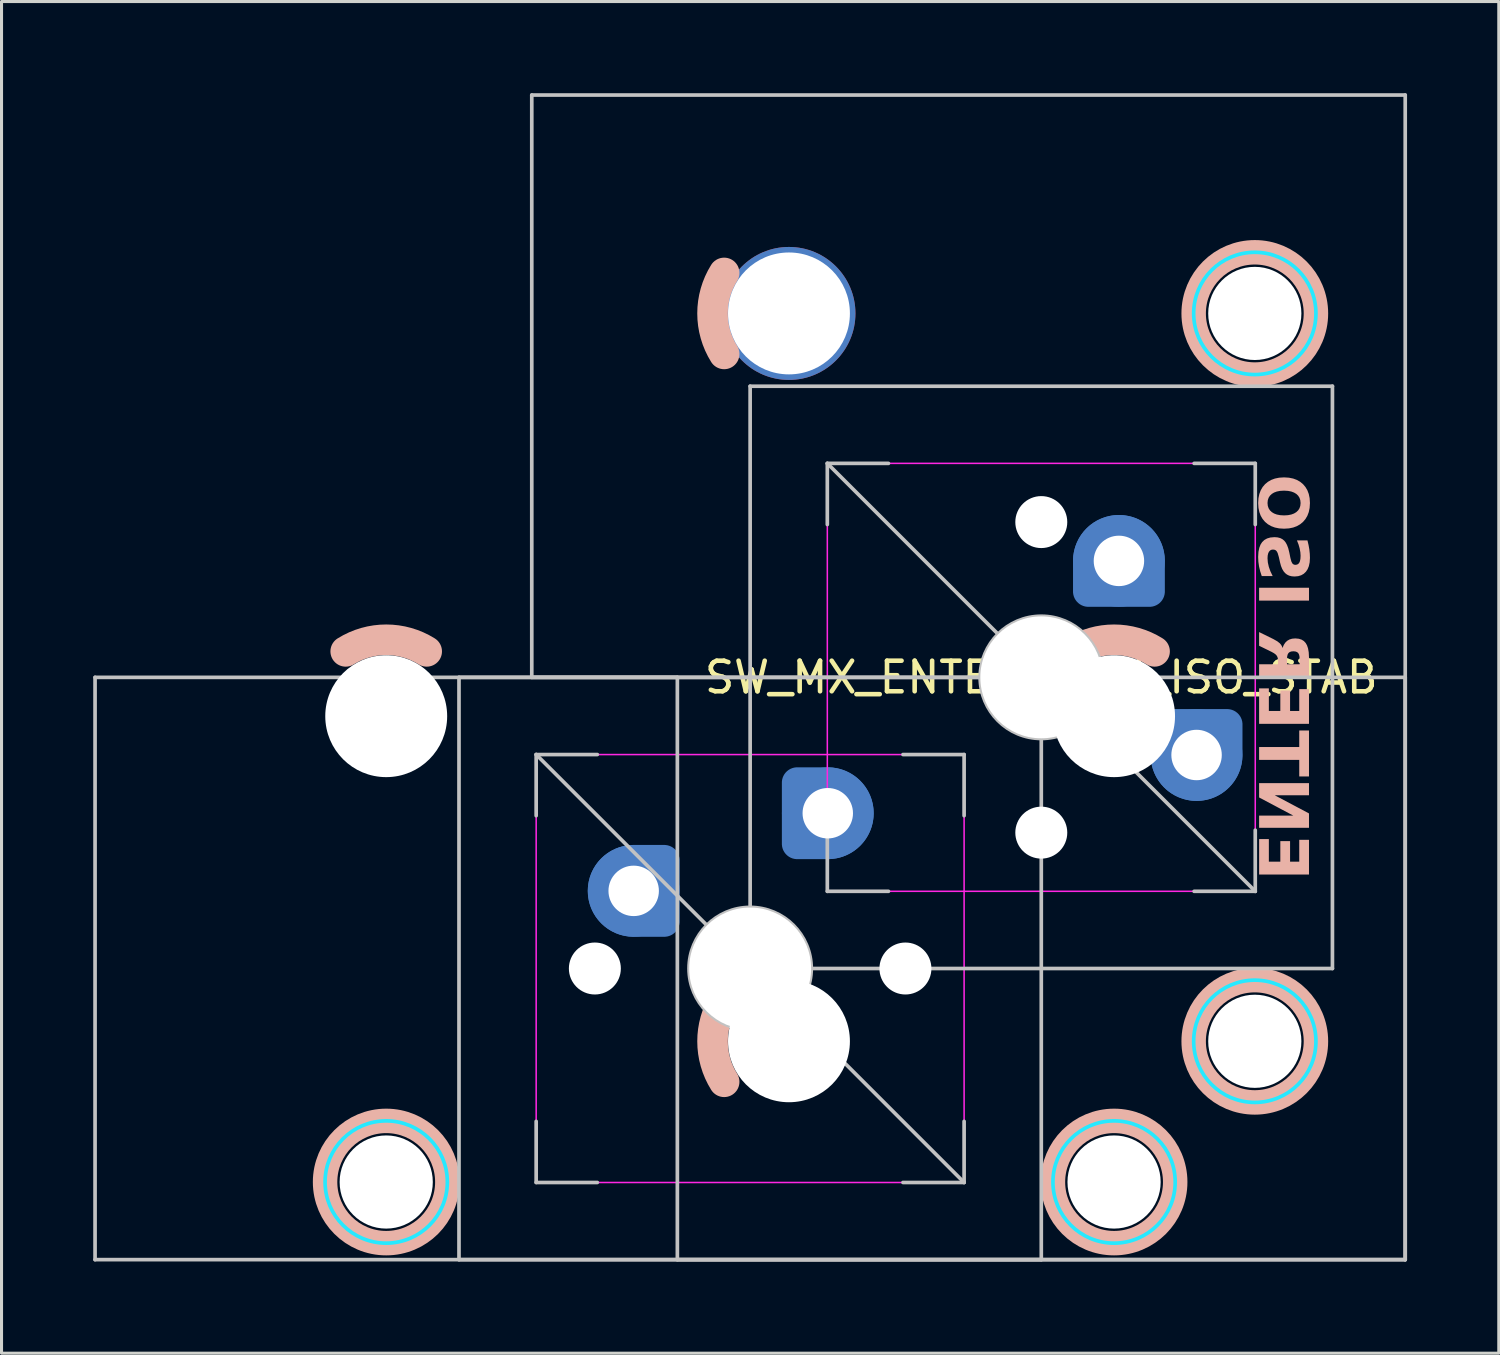
<source format=kicad_pcb>
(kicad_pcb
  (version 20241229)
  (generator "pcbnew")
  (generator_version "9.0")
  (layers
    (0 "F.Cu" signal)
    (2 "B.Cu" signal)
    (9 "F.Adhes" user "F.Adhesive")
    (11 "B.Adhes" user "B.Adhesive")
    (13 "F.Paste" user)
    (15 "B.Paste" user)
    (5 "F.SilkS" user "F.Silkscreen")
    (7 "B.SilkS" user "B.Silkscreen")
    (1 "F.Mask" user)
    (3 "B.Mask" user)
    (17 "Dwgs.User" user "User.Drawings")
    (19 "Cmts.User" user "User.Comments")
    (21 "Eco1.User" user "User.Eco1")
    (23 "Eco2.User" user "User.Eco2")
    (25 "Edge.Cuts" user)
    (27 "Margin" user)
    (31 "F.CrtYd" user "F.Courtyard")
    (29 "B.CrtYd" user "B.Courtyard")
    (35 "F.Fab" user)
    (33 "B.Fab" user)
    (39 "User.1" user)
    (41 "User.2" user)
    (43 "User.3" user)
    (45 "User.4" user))
  (footprint "SW_MX_ENTER_ANSI_ISO_STAB"
    (layer "F.Cu")
    (at 21.491 28.635)
    (property "Reference" "SW_MX_ENTER_ANSI_ISO_STAB" (at 9.525 -9.525 0) (layer "F.SilkS") (effects (font (size 1 1) (thickness 0.15))))
    (attr through_hole exclude_from_pos_files exclude_from_bom)
    (fp_arc (start -13.231248 -10.374995) (mid -11.90625 -10.755) (end -10.581252 -10.374995) (stroke (width 1) (type default)) (layer "B.SilkS"))
    (fp_arc (start -0.849995 -20.106252) (mid -1.23 -21.43125) (end -0.849995 -22.756248) (stroke (width 1) (type default)) (layer "B.SilkS"))
    (fp_arc (start -0.849995 3.706248) (mid -1.23 2.38125) (end -0.849995 1.056252) (stroke (width 1) (type default)) (layer "B.SilkS"))
    (fp_arc (start 10.581252 -10.374995) (mid 11.90625 -10.755) (end 13.231248 -10.374995) (stroke (width 1) (type default)) (layer "B.SilkS"))
    (fp_circle (center -11.906 6.985) (end -9.906 6.985) (stroke (width 0.8) (type solid)) (fill no) (layer "B.SilkS"))
    (fp_circle (center 11.906 6.985) (end 13.906 6.985) (stroke (width 0.8) (type solid)) (fill no) (layer "B.SilkS"))
    (fp_circle (center 16.51 -21.431) (end 16.51 -23.431) (stroke (width 0.8) (type solid)) (fill no) (layer "B.SilkS"))
    (fp_circle (center 16.51 2.381) (end 16.51 0.381) (stroke (width 0.8) (type solid)) (fill no) (layer "B.SilkS"))
    (fp_line (start -21.431 9.525) (end -21.431 -9.525) (stroke (width 0.12) (type solid)) (layer "Dwgs.User"))
    (fp_line (start -9.525 -9.525) (end -9.525 9.525) (stroke (width 0.12) (type solid)) (layer "Dwgs.User"))
    (fp_line (start -9.525 9.525) (end 9.525 9.525) (stroke (width 0.12) (type solid)) (layer "Dwgs.User"))
    (fp_line (start -7.144 -28.575) (end -7.144 -9.525) (stroke (width 0.12) (type solid)) (layer "Dwgs.User"))
    (fp_line (start -7.144 -9.525) (end -2.381 -9.525) (stroke (width 0.12) (type solid)) (layer "Dwgs.User"))
    (fp_line (start -7 -7) (end -7 -5) (stroke (width 0.12) (type solid)) (layer "Dwgs.User"))
    (fp_line (start -7 7) (end -7 5) (stroke (width 0.12) (type solid)) (layer "Dwgs.User"))
    (fp_line (start -5 -7) (end -7 -7) (stroke (width 0.12) (type solid)) (layer "Dwgs.User"))
    (fp_line (start -5 7) (end -7 7) (stroke (width 0.12) (type solid)) (layer "Dwgs.User"))
    (fp_line (start -2.381 -9.525) (end -2.381 9.525) (stroke (width 0.12) (type solid)) (layer "Dwgs.User"))
    (fp_line (start -2.381 9.525) (end 21.431 9.525) (stroke (width 0.12) (type solid)) (layer "Dwgs.User"))
    (fp_line (start 0 -19.05) (end 0 0) (stroke (width 0.12) (type solid)) (layer "Dwgs.User"))
    (fp_line (start 0 0) (end 19.05 0) (stroke (width 0.12) (type solid)) (layer "Dwgs.User"))
    (fp_line (start 2.525 -16.525) (end 4.525 -16.525) (stroke (width 0.12) (type solid)) (layer "Dwgs.User"))
    (fp_line (start 2.525 -16.525) (end 16.525 -2.525) (stroke (width 0.12) (type solid)) (layer "Dwgs.User"))
    (fp_line (start 2.525 -14.525) (end 2.525 -16.525) (stroke (width 0.12) (type solid)) (layer "Dwgs.User"))
    (fp_line (start 2.525 -2.525) (end 2.525 -4.525) (stroke (width 0.12) (type solid)) (layer "Dwgs.User"))
    (fp_line (start 4.525 -2.525) (end 2.525 -2.525) (stroke (width 0.12) (type solid)) (layer "Dwgs.User"))
    (fp_line (start 5 -7) (end 7 -7) (stroke (width 0.12) (type solid)) (layer "Dwgs.User"))
    (fp_line (start 7 -7) (end 7 -5) (stroke (width 0.12) (type solid)) (layer "Dwgs.User"))
    (fp_line (start 7 5) (end 7 7) (stroke (width 0.12) (type solid)) (layer "Dwgs.User"))
    (fp_line (start 7 7) (end -7 -7) (stroke (width 0.12) (type solid)) (layer "Dwgs.User"))
    (fp_line (start 7 7) (end 5 7) (stroke (width 0.12) (type solid)) (layer "Dwgs.User"))
    (fp_line (start 9.525 -9.525) (end -9.525 -9.525) (stroke (width 0.12) (type solid)) (layer "Dwgs.User"))
    (fp_line (start 9.525 9.525) (end 9.525 -9.525) (stroke (width 0.12) (type solid)) (layer "Dwgs.User"))
    (fp_line (start 16.525 -16.525) (end 14.525 -16.525) (stroke (width 0.12) (type solid)) (layer "Dwgs.User"))
    (fp_line (start 16.525 -14.525) (end 16.525 -16.525) (stroke (width 0.12) (type solid)) (layer "Dwgs.User"))
    (fp_line (start 16.525 -4.525) (end 16.525 -2.525) (stroke (width 0.12) (type solid)) (layer "Dwgs.User"))
    (fp_line (start 16.525 -2.525) (end 14.525 -2.525) (stroke (width 0.12) (type solid)) (layer "Dwgs.User"))
    (fp_line (start 19.05 -19.05) (end 0 -19.05) (stroke (width 0.12) (type solid)) (layer "Dwgs.User"))
    (fp_line (start 19.05 0) (end 19.05 -19.05) (stroke (width 0.12) (type solid)) (layer "Dwgs.User"))
    (fp_line (start 21.431 -28.575) (end -7.144 -28.575) (stroke (width 0.12) (type solid)) (layer "Dwgs.User"))
    (fp_line (start 21.431 -9.525) (end -21.431 -9.525) (stroke (width 0.12) (type solid)) (layer "Dwgs.User"))
    (fp_line (start 21.431 9.525) (end -21.431 9.525) (stroke (width 0.12) (type solid)) (layer "Dwgs.User"))
    (fp_line (start 21.431 9.525) (end 21.431 -28.575) (stroke (width 0.12) (type solid)) (layer "Dwgs.User"))
    (fp_line (start 21.431 9.525) (end 21.431 -9.525) (stroke (width 0.12) (type solid)) (layer "Dwgs.User"))
    (fp_circle (center 0 0) (end -2 0) (stroke (width 0.12) (type solid)) (fill no) (layer "Dwgs.User"))
    (fp_circle (center 9.525 -9.525) (end 11.525 -9.525) (stroke (width 0.12) (type solid)) (fill no) (layer "Dwgs.User"))
    (fp_circle (center -3.81 -2.54) (end -3.81 -2.79) (stroke (width 0.1) (type default)) (fill no) (layer "Cmts.User"))
    (fp_circle (center -3.81 -2.54) (end -3.81 -2.79) (stroke (width 0.1) (type default)) (fill no) (layer "Cmts.User"))
    (fp_circle (center 2.54 -5.08) (end 2.54 -5.33) (stroke (width 0.1) (type default)) (fill no) (layer "Cmts.User"))
    (fp_circle (center 12.065 -13.335) (end 12.315 -13.335) (stroke (width 0.1) (type default)) (fill no) (layer "Cmts.User"))
    (fp_circle (center 14.605 -6.985) (end 14.855 -6.985) (stroke (width 0.1) (type default)) (fill no) (layer "Cmts.User"))
    (fp_line (start -15.28 5.5) (end -15.281 -7.5) (stroke (width 0.05) (type solid)) (layer "Eco2.User"))
    (fp_line (start -9.031 -8) (end -14.781 -8) (stroke (width 0.05) (type solid)) (layer "Eco2.User"))
    (fp_line (start -9.031 6) (end -14.78 6) (stroke (width 0.05) (type solid)) (layer "Eco2.User"))
    (fp_line (start -8.531 5.5) (end -8.531 -7.5) (stroke (width 0.05) (type solid)) (layer "Eco2.User"))
    (fp_line (start -7 6.5) (end -7 -6.5) (stroke (width 0.05) (type solid)) (layer "Eco2.User"))
    (fp_line (start -6.5 -7) (end 6.5 -7) (stroke (width 0.05) (type solid)) (layer "Eco2.User"))
    (fp_line (start 1.525 -24.306) (end 1.525 -18.556) (stroke (width 0.05) (type solid)) (layer "Eco2.User"))
    (fp_line (start 1.525 -0.494) (end 1.525 5.256) (stroke (width 0.05) (type solid)) (layer "Eco2.User"))
    (fp_line (start 2.525 -3.025) (end 2.525 -16.025) (stroke (width 0.05) (type solid)) (layer "Eco2.User"))
    (fp_line (start 3.025 -16.525) (end 16.025 -16.525) (stroke (width 0.05) (type solid)) (layer "Eco2.User"))
    (fp_line (start 6.5 7) (end -6.5 7) (stroke (width 0.05) (type solid)) (layer "Eco2.User"))
    (fp_line (start 7 -6.5) (end 7 6.5) (stroke (width 0.05) (type solid)) (layer "Eco2.User"))
    (fp_line (start 8.531 5.5) (end 8.531 -7.5) (stroke (width 0.05) (type solid)) (layer "Eco2.User"))
    (fp_line (start 14.781 -8) (end 9.031 -8) (stroke (width 0.05) (type solid)) (layer "Eco2.User"))
    (fp_line (start 14.781 6) (end 9.031 6) (stroke (width 0.05) (type solid)) (layer "Eco2.User"))
    (fp_line (start 15.025 -24.806) (end 2.025 -24.806) (stroke (width 0.05) (type solid)) (layer "Eco2.User"))
    (fp_line (start 15.025 -18.056) (end 2.025 -18.056) (stroke (width 0.05) (type solid)) (layer "Eco2.User"))
    (fp_line (start 15.025 -0.994) (end 2.025 -0.994) (stroke (width 0.05) (type solid)) (layer "Eco2.User"))
    (fp_line (start 15.025 5.755) (end 2.025 5.756) (stroke (width 0.05) (type solid)) (layer "Eco2.User"))
    (fp_line (start 15.281 5.5) (end 15.281 -7.5) (stroke (width 0.05) (type solid)) (layer "Eco2.User"))
    (fp_line (start 15.525 -24.306) (end 15.525 -18.556) (stroke (width 0.05) (type solid)) (layer "Eco2.User"))
    (fp_line (start 15.525 -0.494) (end 15.525 5.255) (stroke (width 0.05) (type solid)) (layer "Eco2.User"))
    (fp_line (start 16.025 -2.525) (end 3.025 -2.525) (stroke (width 0.05) (type solid)) (layer "Eco2.User"))
    (fp_line (start 16.525 -16.025) (end 16.525 -3.025) (stroke (width 0.05) (type solid)) (layer "Eco2.User"))
    (fp_arc (start -15.28125 -7.500001) (mid -15.134803 -7.853554) (end -14.78125 -8.000001) (stroke (width 0.05) (type solid)) (layer "Eco2.User"))
    (fp_arc (start -14.780039 5.999999) (mid -15.133592 5.853552) (end -15.280039 5.499999) (stroke (width 0.05) (type solid)) (layer "Eco2.User"))
    (fp_arc (start -9.03125 -8.000001) (mid -8.677697 -7.853554) (end -8.53125 -7.500001) (stroke (width 0.05) (type solid)) (layer "Eco2.User"))
    (fp_arc (start -8.53125 5.499999) (mid -8.677697 5.853552) (end -9.03125 5.999999) (stroke (width 0.05) (type solid)) (layer "Eco2.User"))
    (fp_arc (start -7 -6.5) (mid -6.853553 -6.853553) (end -6.5 -7) (stroke (width 0.05) (type solid)) (layer "Eco2.User"))
    (fp_arc (start -6.5 7) (mid -6.853553 6.853553) (end -7 6.5) (stroke (width 0.05) (type solid)) (layer "Eco2.User"))
    (fp_arc (start 1.524999 -24.30625) (mid 1.671446 -24.659803) (end 2.024999 -24.80625) (stroke (width 0.05) (type solid)) (layer "Eco2.User"))
    (fp_arc (start 1.524999 -0.49375) (mid 1.671446 -0.847303) (end 2.024999 -0.99375) (stroke (width 0.05) (type solid)) (layer "Eco2.User"))
    (fp_arc (start 2.024999 -18.05625) (mid 1.671446 -18.202697) (end 1.524999 -18.55625) (stroke (width 0.05) (type solid)) (layer "Eco2.User"))
    (fp_arc (start 2.024999 5.75625) (mid 1.671446 5.609803) (end 1.524999 5.25625) (stroke (width 0.05) (type solid)) (layer "Eco2.User"))
    (fp_arc (start 2.525 -16.025) (mid 2.671447 -16.378553) (end 3.025 -16.525) (stroke (width 0.05) (type solid)) (layer "Eco2.User"))
    (fp_arc (start 3.026116 -2.527764) (mid 2.672563 -2.674211) (end 2.526116 -3.027764) (stroke (width 0.05) (type solid)) (layer "Eco2.User"))
    (fp_arc (start 6.5 -7) (mid 6.853553 -6.853553) (end 7 -6.5) (stroke (width 0.05) (type solid)) (layer "Eco2.User"))
    (fp_arc (start 6.997236 6.498884) (mid 6.850789 6.852437) (end 6.497236 6.998884) (stroke (width 0.05) (type solid)) (layer "Eco2.User"))
    (fp_arc (start 8.53125 -7.500001) (mid 8.677697 -7.853554) (end 9.03125 -8.000001) (stroke (width 0.05) (type solid)) (layer "Eco2.User"))
    (fp_arc (start 9.03125 5.999999) (mid 8.677697 5.853552) (end 8.53125 5.499999) (stroke (width 0.05) (type solid)) (layer "Eco2.User"))
    (fp_arc (start 14.78125 -8.000001) (mid 15.134804 -7.853554) (end 15.28125 -7.500001) (stroke (width 0.05) (type solid)) (layer "Eco2.User"))
    (fp_arc (start 15.024999 -24.80625) (mid 15.378571 -24.659807) (end 15.524999 -24.30625) (stroke (width 0.05) (type solid)) (layer "Eco2.User"))
    (fp_arc (start 15.024999 -0.99375) (mid 15.378571 -0.847307) (end 15.524999 -0.49375) (stroke (width 0.05) (type solid)) (layer "Eco2.User"))
    (fp_arc (start 15.28125 5.499999) (mid 15.134804 5.853553) (end 14.78125 5.999999) (stroke (width 0.05) (type solid)) (layer "Eco2.User"))
    (fp_arc (start 15.524999 -18.55625) (mid 15.378552 -18.202697) (end 15.024999 -18.05625) (stroke (width 0.05) (type solid)) (layer "Eco2.User"))
    (fp_arc (start 15.524999 5.255039) (mid 15.378553 5.608593) (end 15.024999 5.755039) (stroke (width 0.05) (type solid)) (layer "Eco2.User"))
    (fp_arc (start 16.025 -16.525) (mid 16.378553 -16.378553) (end 16.525 -16.025) (stroke (width 0.05) (type solid)) (layer "Eco2.User"))
    (fp_arc (start 16.525 -3.025) (mid 16.378553 -2.671447) (end 16.025 -2.525) (stroke (width 0.05) (type solid)) (layer "Eco2.User"))
    (fp_circle (center -11.906 6.985) (end -13.906 6.985) (stroke (width 0.12) (type solid)) (fill no) (layer "B.CrtYd"))
    (fp_circle (center 11.906 6.985) (end 9.906 6.985) (stroke (width 0.12) (type solid)) (fill no) (layer "B.CrtYd"))
    (fp_circle (center 16.51 -21.431) (end 18.51 -21.431) (stroke (width 0.12) (type solid)) (fill no) (layer "B.CrtYd"))
    (fp_circle (center 16.51 2.381) (end 18.51 2.381) (stroke (width 0.12) (type solid)) (fill no) (layer "B.CrtYd"))
    (fp_line (start -7 -7) (end -7 7) (stroke (width 0.05) (type solid)) (layer "F.CrtYd"))
    (fp_line (start -7 7) (end 7 7) (stroke (width 0.05) (type solid)) (layer "F.CrtYd"))
    (fp_line (start 2.525 -16.525) (end 2.525 -2.525) (stroke (width 0.05) (type solid)) (layer "F.CrtYd"))
    (fp_line (start 2.525 -2.525) (end 16.525 -2.525) (stroke (width 0.05) (type solid)) (layer "F.CrtYd"))
    (fp_line (start 7 -7) (end -7 -7) (stroke (width 0.05) (type solid)) (layer "F.CrtYd"))
    (fp_line (start 7 7) (end 7 -7) (stroke (width 0.05) (type solid)) (layer "F.CrtYd"))
    (fp_line (start 16.525 -16.525) (end 2.525 -16.525) (stroke (width 0.05) (type solid)) (layer "F.CrtYd"))
    (fp_line (start 16.525 -2.525) (end 16.525 -16.525) (stroke (width 0.05) (type solid)) (layer "F.CrtYd"))
    (fp_text user "ENTER ISO" (at 17.315 -9.525 270) (unlocked yes) (layer "B.SilkS") (effects (font (face "Hitmo2.0") (size 1.6 1.6) (thickness 0.3) (bold yes)) (justify mirror)))
    (pad "" np_thru_hole circle (at -11.906 -8.255 180) (size 3.988 3.988) (drill 3.988) (layers "*.Cu" "*.Mask"))
    (pad "" np_thru_hole circle (at -11.906 6.985 180) (size 3.048 3.048) (drill 3.048) (layers "*.Cu" "*.Mask"))
    (pad "" np_thru_hole circle (at -5.08 0) (size 1.7 1.7) (drill 1.7) (layers "*.Cu" "*.Mask"))
    (pad "" np_thru_hole circle (at 0 0) (size 3.988 3.988) (drill 3.988) (layers "*.Cu" "*.Mask"))
    (pad "" thru_hole circle (at 1.27 -21.431 270) (size 4.35 4.35) (drill 3.988) (layers "*.Cu"))
    (pad "" np_thru_hole circle (at 1.27 2.381 270) (size 3.988 3.988) (drill 3.988) (layers "*.Cu" "*.Mask"))
    (pad "" np_thru_hole circle (at 5.08 0) (size 1.7 1.7) (drill 1.7) (layers "*.Cu" "*.Mask"))
    (pad "" np_thru_hole circle (at 9.525 -14.605 270) (size 1.7 1.7) (drill 1.7) (layers "*.Cu" "*.Mask"))
    (pad "" np_thru_hole circle (at 9.525 -9.525 270) (size 3.988 3.988) (drill 3.988) (layers "*.Cu" "*.Mask"))
    (pad "" np_thru_hole circle (at 9.525 -4.445 270) (size 1.7 1.7) (drill 1.7) (layers "*.Cu" "*.Mask"))
    (pad "" np_thru_hole circle (at 11.906 -8.255 180) (size 3.988 3.988) (drill 3.988) (layers "*.Cu" "*.Mask"))
    (pad "" np_thru_hole circle (at 11.906 6.985 180) (size 3.048 3.048) (drill 3.048) (layers "*.Cu" "*.Mask"))
    (pad "" np_thru_hole circle (at 16.51 -21.431 270) (size 3.048 3.048) (drill 3.048) (layers "*.Cu" "*.Mask"))
    (pad "" np_thru_hole circle (at 16.51 2.381 270) (size 3.048 3.048) (drill 3.048) (layers "*.Cu" "*.Mask"))
    (pad "1" thru_hole circle (at -3.81 -2.54) (size 2 2) (drill 1.65) (layers "*.Cu") (remove_unused_layers yes) (keep_end_layers yes) (zone_layer_connections))
    (pad "1" smd custom (at -3.81 -2.54) (size 2.7 2.7) (layers "B.Cu" "B.Mask") (options (anchor circle)) (primitives (gr_poly (pts (arc (start 0 1.35) (mid -1.35 0) (end 0 -1.35)) (arc (start 0.9 -1.35) (mid 1.218198 -1.218198) (end 1.35 -0.9)) (arc (start 1.35 0.9) (mid 1.218198 1.218198) (end 0.9 1.35))) (width 0.004) (fill yes))))
    (pad "1" smd circle (at -3.81 -2.54) (size 3 3) (layers "B.Cu"))
    (pad "1" smd custom (at -3.81 -2.54) (size 3 3) (layers "B.Cu") (options (anchor circle)) (primitives (gr_poly (pts (arc (start 0 1.5) (mid -1.5 0) (end 0 -1.5)) (arc (start 1 -1.5) (mid 1.353554 -1.353554) (end 1.5 -1)) (arc (start 1.5 1) (mid 1.353554 1.353554) (end 1 1.5))) (width 0.004) (fill yes))))
    (pad "1" thru_hole circle (at 12.065 -13.335 270) (size 2 2) (drill 1.65) (layers "*.Cu") (remove_unused_layers yes) (keep_end_layers yes) (zone_layer_connections))
    (pad "1" smd custom (at 12.065 -13.335 270) (size 2.7 2.7) (layers "B.Cu" "B.Mask") (options (anchor circle)) (primitives (gr_poly (pts (arc (start 0 1.35) (mid -1.35 0) (end 0 -1.35)) (arc (start 0.9 -1.35) (mid 1.218198 -1.218198) (end 1.35 -0.9)) (arc (start 1.35 0.9) (mid 1.218198 1.218198) (end 0.9 1.35))) (width 0.004) (fill yes))))
    (pad "1" smd circle (at 12.065 -13.335 270) (size 3 3) (layers "B.Cu"))
    (pad "1" smd custom (at 12.065 -13.335 270) (size 3 3) (layers "B.Cu") (options (anchor circle)) (primitives (gr_poly (pts (arc (start 0 1.5) (mid -1.5 0) (end 0 -1.5)) (arc (start 1 -1.5) (mid 1.353554 -1.353554) (end 1.5 -1)) (arc (start 1.5 1) (mid 1.353554 1.353554) (end 1 1.5))) (width 0.004) (fill yes))))
    (pad "2" thru_hole circle (at 2.54 -5.08 180) (size 2 2) (drill 1.65) (layers "*.Cu") (remove_unused_layers yes) (keep_end_layers yes) (zone_layer_connections))
    (pad "2" smd custom (at 2.54 -5.08 180) (size 2.7 2.7) (layers "B.Cu" "B.Mask") (options (anchor circle)) (primitives (gr_poly (pts (arc (start 0 1.35) (mid -1.35 0) (end 0 -1.35)) (arc (start 0.9 -1.35) (mid 1.218198 -1.218198) (end 1.35 -0.9)) (arc (start 1.35 0.9) (mid 1.218198 1.218198) (end 0.9 1.35))) (width 0.004) (fill yes))))
    (pad "2" smd circle (at 2.54 -5.08) (size 3 3) (layers "B.Cu"))
    (pad "2" smd custom (at 2.54 -5.08 180) (size 3 3) (layers "B.Cu") (options (anchor circle)) (primitives (gr_poly (pts (arc (start 0 1.5) (mid -1.5 0) (end 0 -1.5)) (arc (start 1 -1.5) (mid 1.353554 -1.353554) (end 1.5 -1)) (arc (start 1.5 1) (mid 1.353554 1.353554) (end 1 1.5))) (width 0.004) (fill yes))))
    (pad "2" thru_hole circle (at 14.605 -6.985 90) (size 2 2) (drill 1.65) (layers "*.Cu") (remove_unused_layers yes) (keep_end_layers yes) (zone_layer_connections))
    (pad "2" smd custom (at 14.605 -6.985 90) (size 2.7 2.7) (layers "B.Cu" "B.Mask") (options (anchor circle)) (primitives (gr_poly (pts (arc (start 0 1.35) (mid -1.35 0) (end 0 -1.35)) (arc (start 0.9 -1.35) (mid 1.218198 -1.218198) (end 1.35 -0.9)) (arc (start 1.35 0.9) (mid 1.218198 1.218198) (end 0.9 1.35))) (width 0.004) (fill yes))))
    (pad "2" smd circle (at 14.605 -6.985 270) (size 3 3) (layers "B.Cu"))
    (pad "2" smd custom (at 14.605 -6.985 90) (size 3 3) (layers "B.Cu") (options (anchor circle)) (primitives (gr_poly (pts (arc (start 0 1.5) (mid -1.5 0) (end 0 -1.5)) (arc (start 1 -1.5) (mid 1.353554 -1.353554) (end 1.5 -1)) (arc (start 1.5 1) (mid 1.353554 1.353554) (end 1 1.5))) (width 0.004) (fill yes)))))
  (gr_rect
    (start -3 -3)
    (end 45.983 41.22)
    (stroke (width 0.1) (type default))
    (fill no)
    (layer "Edge.Cuts")))
</source>
